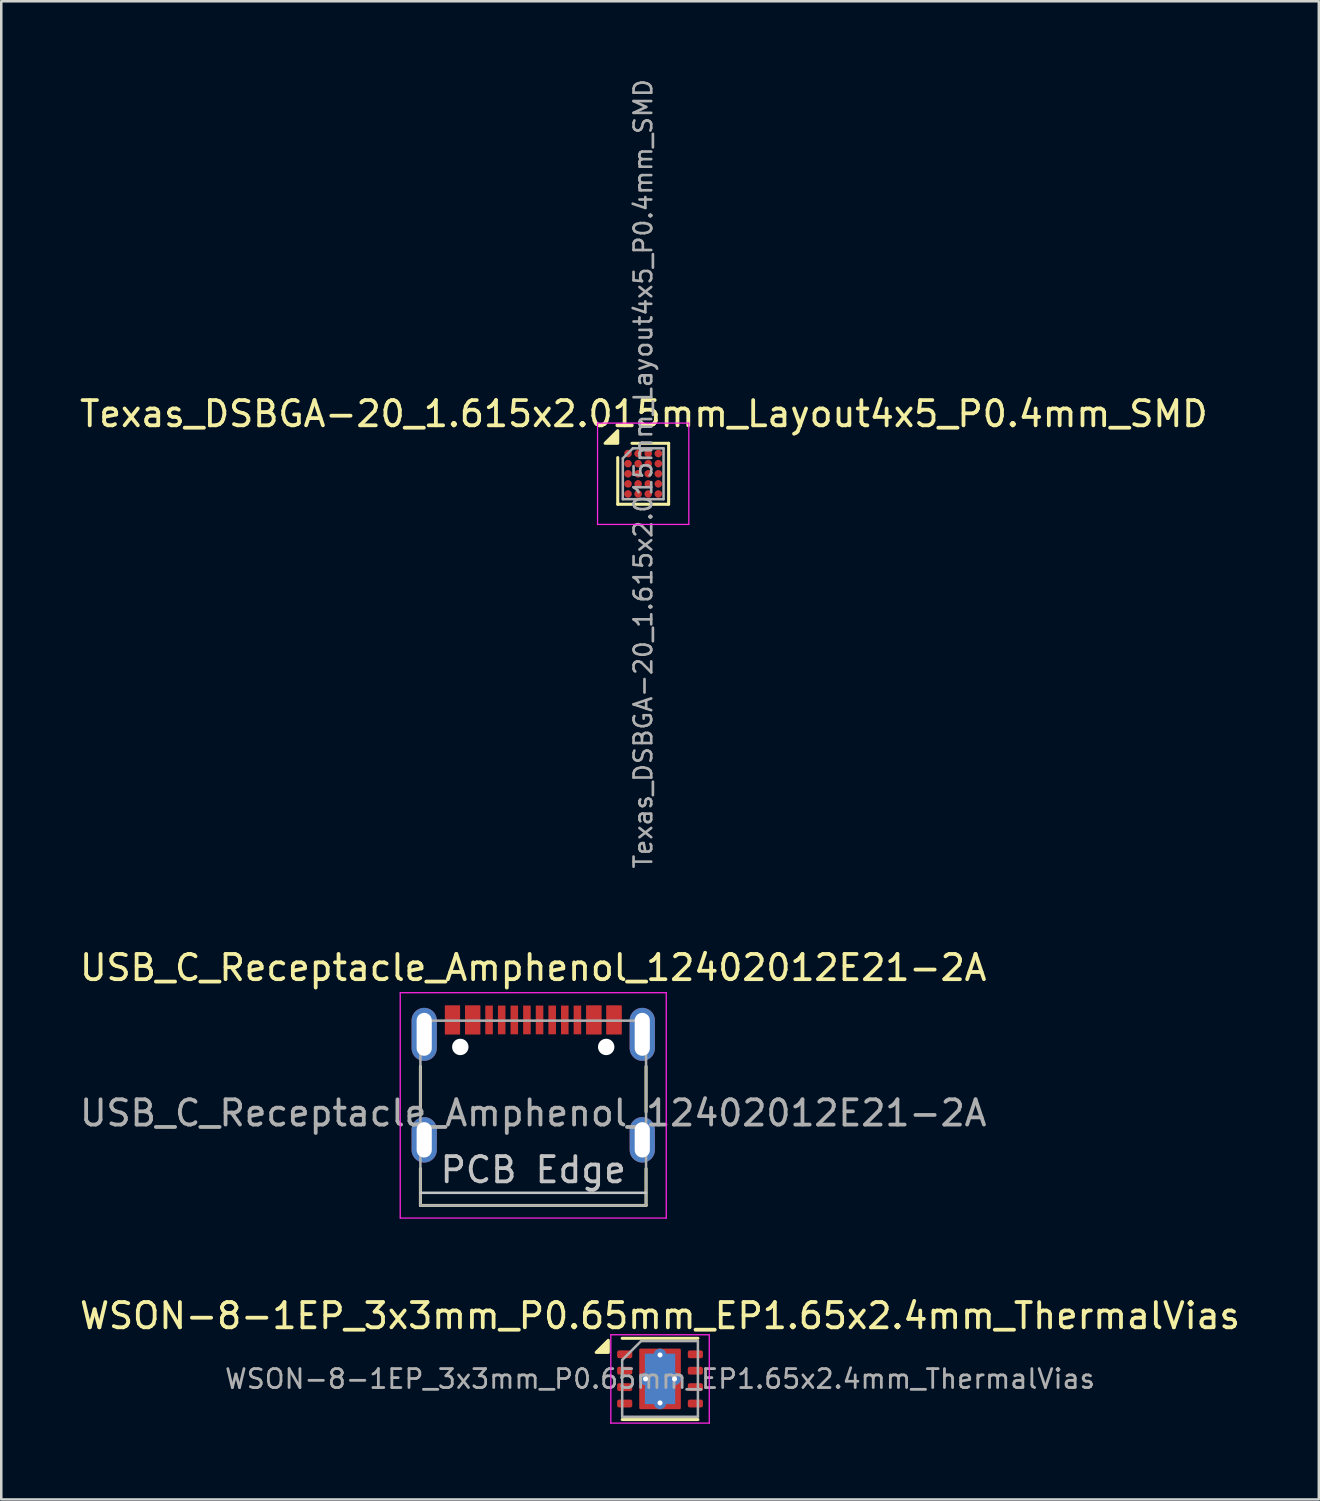
<source format=kicad_pcb>
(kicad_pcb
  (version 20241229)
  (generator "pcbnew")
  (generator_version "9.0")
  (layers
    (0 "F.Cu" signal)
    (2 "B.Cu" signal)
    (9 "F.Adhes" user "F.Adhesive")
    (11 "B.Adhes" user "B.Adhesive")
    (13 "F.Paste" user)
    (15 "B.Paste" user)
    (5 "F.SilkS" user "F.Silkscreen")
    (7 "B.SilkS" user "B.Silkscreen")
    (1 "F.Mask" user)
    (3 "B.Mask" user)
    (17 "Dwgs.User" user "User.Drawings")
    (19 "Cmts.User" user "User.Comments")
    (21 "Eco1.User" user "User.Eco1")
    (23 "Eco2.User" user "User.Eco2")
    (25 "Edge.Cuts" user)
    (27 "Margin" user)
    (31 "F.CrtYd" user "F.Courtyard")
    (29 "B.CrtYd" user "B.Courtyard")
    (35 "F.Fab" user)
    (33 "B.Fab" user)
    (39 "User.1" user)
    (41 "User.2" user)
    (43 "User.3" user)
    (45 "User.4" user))
  (footprint "WSON-8-1EP_3x3mm_P0.65mm_EP1.65x2.4mm_ThermalVias"
    (layer "F.Cu")
    (at 23.101 51.583)
    (property "Reference" "WSON-8-1EP_3x3mm_P0.65mm_EP1.65x2.4mm_ThermalVias" (at 0 -2.5 0) (layer "F.SilkS") (effects (font (size 1 1) (thickness 0.15))))
    (attr smd)
    (fp_line (start -1.5 -1.61) (end 1.5 -1.61) (stroke (width 0.12) (type solid)) (layer "F.SilkS"))
    (fp_line (start -1.5 1.61) (end 1.5 1.61) (stroke (width 0.12) (type solid)) (layer "F.SilkS"))
    (fp_poly (pts (xy -2.05 -1.05) (xy -2.53 -1.05) (xy -2.05 -1.53) (xy -2.05 -1.05)) (stroke (width 0.12) (type solid)) (fill yes) (layer "F.SilkS"))
    (fp_line (start -1.95 -1.75) (end -1.95 1.75) (stroke (width 0.05) (type solid)) (layer "F.CrtYd"))
    (fp_line (start -1.95 1.75) (end 1.95 1.75) (stroke (width 0.05) (type solid)) (layer "F.CrtYd"))
    (fp_line (start 1.95 -1.75) (end -1.95 -1.75) (stroke (width 0.05) (type solid)) (layer "F.CrtYd"))
    (fp_line (start 1.95 1.75) (end 1.95 -1.75) (stroke (width 0.05) (type solid)) (layer "F.CrtYd"))
    (fp_line (start -1.5 -0.75) (end -0.75 -1.5) (stroke (width 0.1) (type solid)) (layer "F.Fab"))
    (fp_line (start -1.5 1.5) (end -1.5 -0.75) (stroke (width 0.1) (type solid)) (layer "F.Fab"))
    (fp_line (start -0.75 -1.5) (end 1.5 -1.5) (stroke (width 0.1) (type solid)) (layer "F.Fab"))
    (fp_line (start 1.5 -1.5) (end 1.5 1.5) (stroke (width 0.1) (type solid)) (layer "F.Fab"))
    (fp_line (start 1.5 1.5) (end -1.5 1.5) (stroke (width 0.1) (type solid)) (layer "F.Fab"))
    (fp_text user "${REFERENCE}" (at 0 0 0) (layer "F.Fab") (effects (font (size 0.75 0.75) (thickness 0.11))))
    (pad "" smd roundrect (at 0 -0.635) (size 1.47 1.07) (layers "F.Paste") (roundrect_rratio 0.25))
    (pad "" smd roundrect (at 0 0.635) (size 1.47 1.07) (layers "F.Paste") (roundrect_rratio 0.25))
    (pad "1" smd roundrect (at -1.4 -0.975) (size 0.6 0.31) (layers "F.Cu" "F.Mask" "F.Paste") (roundrect_rratio 0.25))
    (pad "2" smd roundrect (at -1.4 -0.325) (size 0.6 0.31) (layers "F.Cu" "F.Mask" "F.Paste") (roundrect_rratio 0.25))
    (pad "3" smd roundrect (at -1.4 0.325) (size 0.6 0.31) (layers "F.Cu" "F.Mask" "F.Paste") (roundrect_rratio 0.25))
    (pad "4" smd roundrect (at -1.4 0.975) (size 0.6 0.31) (layers "F.Cu" "F.Mask" "F.Paste") (roundrect_rratio 0.25))
    (pad "5" smd roundrect (at 1.4 0.975) (size 0.6 0.31) (layers "F.Cu" "F.Mask" "F.Paste") (roundrect_rratio 0.25))
    (pad "6" smd roundrect (at 1.4 0.325) (size 0.6 0.31) (layers "F.Cu" "F.Mask" "F.Paste") (roundrect_rratio 0.25))
    (pad "7" smd roundrect (at 1.4 -0.325) (size 0.6 0.31) (layers "F.Cu" "F.Mask" "F.Paste") (roundrect_rratio 0.25))
    (pad "8" smd roundrect (at 1.4 -0.975) (size 0.6 0.31) (layers "F.Cu" "F.Mask" "F.Paste") (roundrect_rratio 0.25))
    (pad "9" thru_hole circle (at -0.575 0) (size 0.5 0.5) (drill 0.2) (property pad_prop_heatsink) (layers "*.Cu"))
    (pad "9" thru_hole circle (at 0 -0.95) (size 0.5 0.5) (drill 0.2) (property pad_prop_heatsink) (layers "*.Cu"))
    (pad "9" smd rect (at 0 0) (size 1.2 2) (property pad_prop_heatsink) (layers "B.Cu"))
    (pad "9" smd roundrect (at 0 0) (size 1.65 2.4) (property pad_prop_heatsink) (layers "F.Cu" "F.Mask") (roundrect_rratio 0.03))
    (pad "9" thru_hole circle (at 0 0.95) (size 0.5 0.5) (drill 0.2) (property pad_prop_heatsink) (layers "*.Cu"))
    (pad "9" thru_hole circle (at 0.575 0) (size 0.5 0.5) (drill 0.2) (property pad_prop_heatsink) (layers "*.Cu")))
  (footprint "USB_C_Receptacle_Amphenol_12402012E21-2A"
    (layer "F.Cu")
    (at 18.077 42.11)
    (property "Reference" "USB_C_Receptacle_Amphenol_12402012E21-2A" (at 0 -6.82 0) (layer "F.SilkS") (effects (font (size 1 1) (thickness 0.15))))
    (attr smd)
    (fp_line (start -4.47 -2.91) (end -4.47 -1.11) (stroke (width 0.12) (type solid)) (layer "F.SilkS"))
    (fp_line (start -4.47 2.6) (end -4.47 1.14) (stroke (width 0.12) (type solid)) (layer "F.SilkS"))
    (fp_line (start 4.47 -2.91) (end 4.47 -1.11) (stroke (width 0.12) (type solid)) (layer "F.SilkS"))
    (fp_line (start 4.47 2.6) (end -4.47 2.6) (stroke (width 0.12) (type solid)) (layer "F.SilkS"))
    (fp_line (start 4.47 2.6) (end 4.47 1.14) (stroke (width 0.12) (type solid)) (layer "F.SilkS"))
    (fp_line (start -4.47 2.1) (end 4.47 2.1) (stroke (width 0.1) (type solid)) (layer "Dwgs.User"))
    (fp_line (start -5.27 -5.83) (end -5.27 3.1) (stroke (width 0.05) (type solid)) (layer "F.CrtYd"))
    (fp_line (start -5.27 3.1) (end 5.27 3.1) (stroke (width 0.05) (type solid)) (layer "F.CrtYd"))
    (fp_line (start 5.27 -5.83) (end -5.27 -5.83) (stroke (width 0.05) (type solid)) (layer "F.CrtYd"))
    (fp_line (start 5.27 3.1) (end 5.27 -5.83) (stroke (width 0.05) (type solid)) (layer "F.CrtYd"))
    (fp_line (start -4.47 -4.72) (end -4.47 2.6) (stroke (width 0.1) (type solid)) (layer "F.Fab"))
    (fp_line (start -4.47 -4.72) (end 4.47 -4.72) (stroke (width 0.1) (type solid)) (layer "F.Fab"))
    (fp_line (start 4.47 -4.72) (end 4.47 2.6) (stroke (width 0.1) (type solid)) (layer "F.Fab"))
    (fp_line (start 4.47 2.6) (end -4.47 2.6) (stroke (width 0.1) (type solid)) (layer "F.Fab"))
    (fp_text user "PCB Edge" (at 0 1.19 0) (layer "Dwgs.User") (effects (font (size 1 1) (thickness 0.15))))
    (fp_text user "${REFERENCE}" (at 0 -1.06 0) (layer "F.Fab") (effects (font (size 1 1) (thickness 0.15))))
    (pad "" np_thru_hole circle (at -2.89 -3.68 180) (size 0.65 0.65) (drill 0.65) (layers "*.Cu" "*.Mask"))
    (pad "" np_thru_hole circle (at 2.89 -3.68 180) (size 0.65 0.65) (drill 0.65) (layers "*.Cu" "*.Mask"))
    (pad "A1" smd rect (at -3.2 -4.75) (size 0.6 1.14) (layers "F.Cu" "F.Mask" "F.Paste"))
    (pad "A4" smd rect (at -2.4 -4.75) (size 0.6 1.14) (layers "F.Cu" "F.Mask" "F.Paste"))
    (pad "A5" smd rect (at -1.25 -4.75 180) (size 0.3 1.14) (layers "F.Cu" "F.Mask" "F.Paste"))
    (pad "A6" smd rect (at -0.25 -4.75 180) (size 0.3 1.14) (layers "F.Cu" "F.Mask" "F.Paste"))
    (pad "A7" smd rect (at 0.25 -4.75 180) (size 0.3 1.14) (layers "F.Cu" "F.Mask" "F.Paste"))
    (pad "A8" smd rect (at 1.25 -4.75 180) (size 0.3 1.14) (layers "F.Cu" "F.Mask" "F.Paste"))
    (pad "A9" smd rect (at 2.4 -4.75) (size 0.6 1.14) (layers "F.Cu" "F.Mask" "F.Paste"))
    (pad "A12" smd rect (at 3.2 -4.75) (size 0.6 1.14) (layers "F.Cu" "F.Mask" "F.Paste"))
    (pad "B1" smd rect (at 3.2 -4.75) (size 0.6 1.14) (layers "F.Cu" "F.Mask" "F.Paste"))
    (pad "B4" smd rect (at 2.4 -4.75) (size 0.6 1.14) (layers "F.Cu" "F.Mask" "F.Paste"))
    (pad "B5" smd rect (at 1.75 -4.75 180) (size 0.3 1.14) (layers "F.Cu" "F.Mask" "F.Paste"))
    (pad "B6" smd rect (at 0.75 -4.75 180) (size 0.3 1.14) (layers "F.Cu" "F.Mask" "F.Paste"))
    (pad "B7" smd rect (at -0.75 -4.75 180) (size 0.3 1.14) (layers "F.Cu" "F.Mask" "F.Paste"))
    (pad "B8" smd rect (at -1.75 -4.75 180) (size 0.3 1.14) (layers "F.Cu" "F.Mask" "F.Paste"))
    (pad "B9" smd rect (at -2.4 -4.75) (size 0.6 1.14) (layers "F.Cu" "F.Mask" "F.Paste"))
    (pad "B12" smd rect (at -3.2 -4.75) (size 0.6 1.14) (layers "F.Cu" "F.Mask" "F.Paste"))
    (pad "S1" thru_hole oval (at -4.32 -4.18 90) (size 2.1 1) (drill oval 1.7 0.6) (layers "*.Cu" "*.Mask"))
    (pad "S1" thru_hole oval (at -4.32 0 90) (size 1.8 1) (drill oval 1.4 0.6) (layers "*.Cu" "*.Mask"))
    (pad "S1" thru_hole oval (at 4.32 -4.18 90) (size 2.1 1) (drill oval 1.7 0.6) (layers "*.Cu" "*.Mask"))
    (pad "S1" thru_hole oval (at 4.32 0 90) (size 1.8 1) (drill oval 1.4 0.6) (layers "*.Cu" "*.Mask")))
  (footprint "Texas_DSBGA-20_1.615x2.015mm_Layout4x5_P0.4mm_SMD"
    (layer "F.Cu")
    (at 22.433 15.721)
    (property "Reference" "Texas_DSBGA-20_1.615x2.015mm_Layout4x5_P0.4mm_SMD" (at 0.025 -2.375 0) (layer "F.SilkS") (effects (font (size 1 1) (thickness 0.15))))
    (attr smd)
    (fp_line (start -1.008 1.208) (end -1.008 -0.642) (stroke (width 0.12) (type solid)) (layer "F.SilkS"))
    (fp_line (start -0.443 -1.208) (end 1.008 -1.208) (stroke (width 0.12) (type solid)) (layer "F.SilkS"))
    (fp_line (start 1.008 -1.208) (end 1.008 1.208) (stroke (width 0.12) (type solid)) (layer "F.SilkS"))
    (fp_line (start 1.008 1.208) (end -1.008 1.208) (stroke (width 0.12) (type solid)) (layer "F.SilkS"))
    (fp_poly (pts (xy -1.008 -1.208) (xy -1.508 -1.208) (xy -1.008 -1.708) (xy -1.008 -1.208)) (stroke (width 0.12) (type solid)) (fill yes) (layer "F.SilkS"))
    (fp_line (start -1.808 -2.007) (end -1.808 2.007) (stroke (width 0.05) (type solid)) (layer "F.CrtYd"))
    (fp_line (start -1.808 2.007) (end 1.808 2.007) (stroke (width 0.05) (type solid)) (layer "F.CrtYd"))
    (fp_line (start 1.808 -2.007) (end -1.808 -2.007) (stroke (width 0.05) (type solid)) (layer "F.CrtYd"))
    (fp_line (start 1.808 2.007) (end 1.808 -2.007) (stroke (width 0.05) (type solid)) (layer "F.CrtYd"))
    (fp_line (start -0.807 -0.608) (end -0.407 -1.008) (stroke (width 0.1) (type solid)) (layer "F.Fab"))
    (fp_line (start -0.807 1.008) (end -0.807 -0.608) (stroke (width 0.1) (type solid)) (layer "F.Fab"))
    (fp_line (start -0.407 -1.008) (end 0.807 -1.008) (stroke (width 0.1) (type solid)) (layer "F.Fab"))
    (fp_line (start 0.807 -1.008) (end 0.807 1.008) (stroke (width 0.1) (type solid)) (layer "F.Fab"))
    (fp_line (start 0.807 1.008) (end -0.807 1.008) (stroke (width 0.1) (type solid)) (layer "F.Fab"))
    (fp_text user "${REFERENCE}" (at 0 0 270) (layer "F.Fab") (effects (font (size 0.7 0.7) (thickness 0.105))))
    (pad "A1" smd circle (at -0.6 -0.8) (size 0.3 0.3) (property pad_prop_bga) (layers "F.Cu" "F.Mask" "F.Paste"))
    (pad "A2" smd circle (at -0.2 -0.8) (size 0.3 0.3) (property pad_prop_bga) (layers "F.Cu" "F.Mask" "F.Paste"))
    (pad "A3" smd circle (at 0.2 -0.8) (size 0.3 0.3) (property pad_prop_bga) (layers "F.Cu" "F.Mask" "F.Paste"))
    (pad "A4" smd circle (at 0.6 -0.8) (size 0.3 0.3) (property pad_prop_bga) (layers "F.Cu" "F.Mask" "F.Paste"))
    (pad "B1" smd circle (at -0.6 -0.4) (size 0.3 0.3) (property pad_prop_bga) (layers "F.Cu" "F.Mask" "F.Paste"))
    (pad "B2" smd circle (at -0.2 -0.4) (size 0.3 0.3) (property pad_prop_bga) (layers "F.Cu" "F.Mask" "F.Paste"))
    (pad "B3" smd circle (at 0.2 -0.4) (size 0.3 0.3) (property pad_prop_bga) (layers "F.Cu" "F.Mask" "F.Paste"))
    (pad "B4" smd circle (at 0.6 -0.4) (size 0.3 0.3) (property pad_prop_bga) (layers "F.Cu" "F.Mask" "F.Paste"))
    (pad "C1" smd circle (at -0.6 0) (size 0.3 0.3) (property pad_prop_bga) (layers "F.Cu" "F.Mask" "F.Paste"))
    (pad "C2" smd circle (at -0.2 0) (size 0.3 0.3) (property pad_prop_bga) (layers "F.Cu" "F.Mask" "F.Paste"))
    (pad "C3" smd circle (at 0.2 0) (size 0.3 0.3) (property pad_prop_bga) (layers "F.Cu" "F.Mask" "F.Paste"))
    (pad "C4" smd circle (at 0.6 0) (size 0.3 0.3) (property pad_prop_bga) (layers "F.Cu" "F.Mask" "F.Paste"))
    (pad "D1" smd circle (at -0.6 0.4) (size 0.3 0.3) (property pad_prop_bga) (layers "F.Cu" "F.Mask" "F.Paste"))
    (pad "D2" smd circle (at -0.2 0.4) (size 0.3 0.3) (property pad_prop_bga) (layers "F.Cu" "F.Mask" "F.Paste"))
    (pad "D3" smd circle (at 0.2 0.4) (size 0.3 0.3) (property pad_prop_bga) (layers "F.Cu" "F.Mask" "F.Paste"))
    (pad "D4" smd circle (at 0.6 0.4) (size 0.3 0.3) (property pad_prop_bga) (layers "F.Cu" "F.Mask" "F.Paste"))
    (pad "E1" smd circle (at -0.6 0.8) (size 0.3 0.3) (property pad_prop_bga) (layers "F.Cu" "F.Mask" "F.Paste"))
    (pad "E2" smd circle (at -0.2 0.8) (size 0.3 0.3) (property pad_prop_bga) (layers "F.Cu" "F.Mask" "F.Paste"))
    (pad "E3" smd circle (at 0.2 0.8) (size 0.3 0.3) (property pad_prop_bga) (layers "F.Cu" "F.Mask" "F.Paste"))
    (pad "E4" smd circle (at 0.6 0.8) (size 0.3 0.3) (property pad_prop_bga) (layers "F.Cu" "F.Mask" "F.Paste")))
  (gr_rect
    (start -3 -3)
    (end 49.202 56.358)
    (stroke (width 0.1) (type default))
    (fill no)
    (layer "Edge.Cuts")))
</source>
